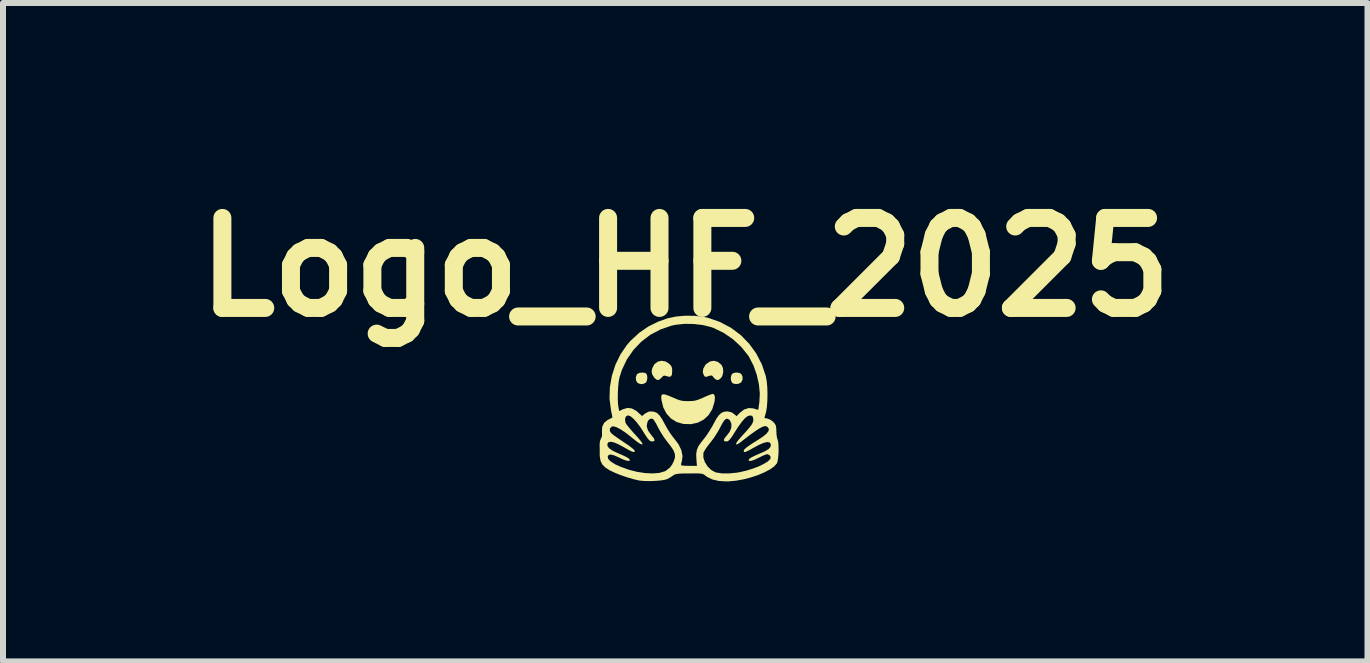
<source format=kicad_pcb>
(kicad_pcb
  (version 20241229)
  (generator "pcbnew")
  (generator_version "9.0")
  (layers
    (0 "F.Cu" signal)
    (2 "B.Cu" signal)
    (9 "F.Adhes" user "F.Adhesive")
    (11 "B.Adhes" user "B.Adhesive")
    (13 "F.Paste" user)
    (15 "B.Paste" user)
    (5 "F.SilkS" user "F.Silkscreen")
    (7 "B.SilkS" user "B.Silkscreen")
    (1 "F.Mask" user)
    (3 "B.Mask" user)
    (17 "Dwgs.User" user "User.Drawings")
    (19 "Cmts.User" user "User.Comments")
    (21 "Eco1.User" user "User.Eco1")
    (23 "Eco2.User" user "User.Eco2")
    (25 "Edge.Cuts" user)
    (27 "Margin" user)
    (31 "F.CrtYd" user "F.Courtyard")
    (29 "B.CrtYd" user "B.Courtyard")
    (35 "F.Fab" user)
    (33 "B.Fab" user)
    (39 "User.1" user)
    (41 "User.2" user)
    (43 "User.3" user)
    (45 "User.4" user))
  (footprint "Logo_HF_2025"
    (layer "F.Cu")
    (at 8.438 3.604)
    (property "Reference" "Logo_HF_2025" (at -0.067 -2.2 0) (layer "F.SilkS") (effects (font (size 1.5 1.5) (thickness 0.3))))
    (attr board_only exclude_from_pos_files exclude_from_bom)
    (fp_poly (pts (xy -0.737 -0.438) (xy -0.717 -0.427) (xy -0.701 -0.392) (xy -0.699 -0.343) (xy -0.71 -0.298) (xy -0.723 -0.277) (xy -0.758 -0.258) (xy -0.795 -0.251) (xy -0.838 -0.26) (xy -0.867 -0.277) (xy -0.888 -0.318) (xy -0.89 -0.369) (xy -0.873 -0.413) (xy -0.867 -0.421) (xy -0.83 -0.439) (xy -0.782 -0.445)) (stroke (width 0) (type solid)) (fill yes) (layer "F.SilkS"))
    (fp_poly (pts (xy 0.842 -0.436) (xy 0.867 -0.421) (xy 0.888 -0.379) (xy 0.889 -0.328) (xy 0.868 -0.284) (xy 0.862 -0.278) (xy 0.821 -0.257) (xy 0.772 -0.253) (xy 0.728 -0.264) (xy 0.713 -0.277) (xy 0.697 -0.311) (xy 0.692 -0.349) (xy 0.699 -0.392) (xy 0.713 -0.421) (xy 0.747 -0.44) (xy 0.795 -0.445)) (stroke (width 0) (type solid)) (fill yes) (layer "F.SilkS"))
    (fp_poly (pts (xy -0.397 -0.63) (xy -0.337 -0.593) (xy -0.302 -0.557) (xy -0.287 -0.52) (xy -0.284 -0.473) (xy -0.288 -0.413) (xy -0.304 -0.381) (xy -0.334 -0.374) (xy -0.373 -0.383) (xy -0.411 -0.394) (xy -0.436 -0.387) (xy -0.462 -0.359) (xy -0.501 -0.324) (xy -0.537 -0.321) (xy -0.575 -0.35) (xy -0.582 -0.358) (xy -0.617 -0.414) (xy -0.627 -0.465) (xy -0.616 -0.519) (xy -0.58 -0.584) (xy -0.527 -0.625) (xy -0.464 -0.641)) (stroke (width 0) (type solid)) (fill yes) (layer "F.SilkS"))
    (fp_poly (pts (xy 0.476 -0.623) (xy 0.535 -0.575) (xy 0.539 -0.57) (xy 0.562 -0.519) (xy 0.567 -0.456) (xy 0.553 -0.393) (xy 0.534 -0.359) (xy 0.494 -0.324) (xy 0.455 -0.321) (xy 0.416 -0.351) (xy 0.408 -0.361) (xy 0.384 -0.39) (xy 0.361 -0.397) (xy 0.324 -0.386) (xy 0.322 -0.385) (xy 0.283 -0.373) (xy 0.261 -0.377) (xy 0.247 -0.392) (xy 0.226 -0.446) (xy 0.233 -0.507) (xy 0.266 -0.567) (xy 0.282 -0.586) (xy 0.345 -0.629) (xy 0.411 -0.641)) (stroke (width 0) (type solid)) (fill yes) (layer "F.SilkS"))
    (fp_poly (pts (xy 0.418 -0.075) (xy 0.428 -0.033) (xy 0.423 0.034) (xy 0.42 0.047) (xy 0.384 0.166) (xy 0.323 0.264) (xy 0.241 0.34) (xy 0.142 0.391) (xy 0.028 0.416) (xy -0.098 0.412) (xy -0.099 0.412) (xy -0.21 0.38) (xy -0.304 0.322) (xy -0.379 0.24) (xy -0.433 0.136) (xy -0.463 0.012) (xy -0.464 0.008) (xy -0.467 -0.041) (xy -0.46 -0.072) (xy -0.437 -0.083) (xy -0.396 -0.077) (xy -0.333 -0.054) (xy -0.279 -0.031) (xy -0.206 0.000384) (xy -0.151 0.019) (xy -0.1 0.029) (xy -0.042 0.032) (xy -0.016 0.032) (xy 0.05 0.03) (xy 0.104 0.022) (xy 0.158 0.005) (xy 0.227 -0.024) (xy 0.237 -0.029) (xy 0.299 -0.056) (xy 0.351 -0.077) (xy 0.386 -0.088) (xy 0.393 -0.089)) (stroke (width 0) (type solid)) (fill yes) (layer "F.SilkS"))
    (fp_poly (pts (xy 0.093 -1.39) (xy 0.244 -1.372) (xy 0.316 -1.356) (xy 0.514 -1.287) (xy 0.695 -1.191) (xy 0.857 -1.07) (xy 0.998 -0.926) (xy 1.117 -0.762) (xy 1.211 -0.579) (xy 1.275 -0.389) (xy 1.291 -0.304) (xy 1.301 -0.199) (xy 1.304 -0.084) (xy 1.302 0.03) (xy 1.294 0.133) (xy 1.28 0.216) (xy 1.278 0.222) (xy 1.253 0.313) (xy 1.305 0.323) (xy 1.35 0.341) (xy 1.396 0.374) (xy 1.404 0.382) (xy 1.431 0.415) (xy 1.445 0.447) (xy 1.451 0.491) (xy 1.452 0.532) (xy 1.455 0.591) (xy 1.462 0.641) (xy 1.47 0.665) (xy 1.481 0.702) (xy 1.487 0.762) (xy 1.489 0.835) (xy 1.487 0.912) (xy 1.481 0.984) (xy 1.471 1.04) (xy 1.462 1.068) (xy 1.417 1.119) (xy 1.346 1.17) (xy 1.253 1.219) (xy 1.144 1.265) (xy 1.023 1.305) (xy 0.898 1.337) (xy 0.771 1.359) (xy 0.65 1.37) (xy 0.615 1.37) (xy 0.49 1.362) (xy 0.382 1.336) (xy 0.297 1.294) (xy 0.275 1.278) (xy 0.253 1.261) (xy 0.233 1.249) (xy 0.206 1.242) (xy 0.168 1.238) (xy 0.112 1.236) (xy 0.031 1.237) (xy -0.002 1.237) (xy -0.093 1.238) (xy -0.158 1.24) (xy -0.203 1.245) (xy -0.233 1.252) (xy -0.256 1.262) (xy -0.272 1.274) (xy -0.319 1.305) (xy -0.371 1.333) (xy -0.373 1.333) (xy -0.421 1.346) (xy -0.492 1.356) (xy -0.577 1.362) (xy -0.667 1.365) (xy -0.753 1.363) (xy -0.826 1.356) (xy -0.838 1.354) (xy -0.928 1.333) (xy -1.032 1.303) (xy -1.139 1.266) (xy -1.237 1.227) (xy -1.316 1.19) (xy -1.322 1.187) (xy -1.4 1.137) (xy -1.451 1.085) (xy -1.48 1.023) (xy -1.492 0.945) (xy -1.492 0.91) (xy -1.492 0.843) (xy -1.493 0.782) (xy -1.493 0.774) (xy -1.365 0.774) (xy -1.338 0.815) (xy -1.278 0.858) (xy -1.188 0.9) (xy -1.098 0.939) (xy -1.037 0.969) (xy -1.002 0.994) (xy -0.989 1.013) (xy -0.989 1.014) (xy -1.002 1.029) (xy -1.04 1.025) (xy -1.1 1.005) (xy -1.17 0.972) (xy -1.249 0.937) (xy -1.306 0.922) (xy -1.342 0.928) (xy -1.359 0.955) (xy -1.359 0.959) (xy -1.349 0.998) (xy -1.306 1.04) (xy -1.232 1.086) (xy -1.141 1.127) (xy -1.005 1.176) (xy -0.867 1.211) (xy -0.733 1.231) (xy -0.608 1.237) (xy -0.498 1.228) (xy -0.409 1.202) (xy -0.394 1.195) (xy -0.324 1.141) (xy -0.286 1.091) (xy -0.253 1.023) (xy -0.237 0.965) (xy -0.24 0.909) (xy -0.264 0.85) (xy -0.31 0.78) (xy -0.365 0.711) (xy -0.418 0.64) (xy -0.472 0.556) (xy -0.517 0.476) (xy -0.521 0.468) (xy -0.552 0.408) (xy -0.581 0.36) (xy -0.603 0.331) (xy -0.609 0.326) (xy -0.65 0.325) (xy -0.684 0.355) (xy -0.697 0.381) (xy -0.709 0.448) (xy -0.689 0.518) (xy -0.637 0.593) (xy -0.628 0.603) (xy -0.589 0.652) (xy -0.578 0.686) (xy -0.594 0.703) (xy -0.634 0.703) (xy -0.659 0.691) (xy -0.688 0.66) (xy -0.726 0.606) (xy -0.754 0.561) (xy -0.816 0.464) (xy -0.876 0.384) (xy -0.932 0.323) (xy -0.981 0.283) (xy -1.02 0.27) (xy -1.024 0.27) (xy -1.057 0.289) (xy -1.07 0.331) (xy -1.064 0.387) (xy -1.05 0.413) (xy -1.018 0.455) (xy -0.973 0.509) (xy -0.92 0.57) (xy -0.917 0.572) (xy -0.851 0.645) (xy -0.807 0.698) (xy -0.783 0.732) (xy -0.779 0.75) (xy -0.788 0.754) (xy -0.819 0.743) (xy -0.871 0.708) (xy -0.945 0.65) (xy -0.976 0.624) (xy -1.062 0.557) (xy -1.141 0.504) (xy -1.209 0.468) (xy -1.261 0.452) (xy -1.293 0.456) (xy -1.323 0.49) (xy -1.323 0.531) (xy -1.303 0.563) (xy -1.279 0.584) (xy -1.233 0.619) (xy -1.172 0.661) (xy -1.103 0.708) (xy -1.091 0.716) (xy -1.023 0.761) (xy -0.967 0.803) (xy -0.927 0.836) (xy -0.909 0.857) (xy -0.908 0.859) (xy -0.912 0.876) (xy -0.925 0.881) (xy -0.953 0.873) (xy -0.999 0.851) (xy -1.067 0.813) (xy -1.086 0.802) (xy -1.183 0.75) (xy -1.257 0.719) (xy -1.311 0.709) (xy -1.347 0.718) (xy -1.361 0.734) (xy -1.365 0.774) (xy -1.493 0.774) (xy -1.493 0.742) (xy -1.487 0.694) (xy -1.47 0.655) (xy -1.454 0.614) (xy -1.454 0.553) (xy -1.455 0.543) (xy -1.451 0.461) (xy -1.42 0.395) (xy -1.362 0.347) (xy -1.342 0.337) (xy -1.304 0.318) (xy -1.283 0.304) (xy -1.281 0.301) (xy -1.284 0.282) (xy -1.293 0.24) (xy -1.304 0.183) (xy -1.305 0.178) (xy -1.328 -0.003) (xy -1.191 -0.003) (xy -1.187 0.084) (xy -1.179 0.14) (xy -1.167 0.198) (xy -1.104 0.167) (xy -1.029 0.145) (xy -0.956 0.154) (xy -0.883 0.194) (xy -0.853 0.22) (xy -0.786 0.281) (xy -0.741 0.242) (xy -0.679 0.208) (xy -0.638 0.203) (xy -0.583 0.209) (xy -0.536 0.23) (xy -0.494 0.271) (xy -0.451 0.335) (xy -0.412 0.407) (xy -0.37 0.483) (xy -0.322 0.56) (xy -0.275 0.625) (xy -0.258 0.646) (xy -0.18 0.749) (xy -0.131 0.85) (xy -0.112 0.946) (xy -0.123 1.036) (xy -0.129 1.052) (xy -0.137 1.085) (xy -0.134 1.101) (xy -0.114 1.106) (xy -0.071 1.109) (xy -0.012 1.111) (xy 0.002 1.111) (xy 0.128 1.111) (xy 0.119 1) (xy 0.118 0.971) (xy 0.235 0.971) (xy 0.26 1.047) (xy 0.304 1.118) (xy 0.363 1.177) (xy 0.432 1.216) (xy 0.448 1.221) (xy 0.544 1.236) (xy 0.66 1.237) (xy 0.787 1.225) (xy 0.842 1.216) (xy 0.952 1.19) (xy 1.06 1.157) (xy 1.16 1.119) (xy 1.245 1.077) (xy 1.311 1.036) (xy 1.35 0.997) (xy 1.352 0.995) (xy 1.357 0.962) (xy 1.338 0.932) (xy 1.304 0.917) (xy 1.298 0.916) (xy 1.271 0.924) (xy 1.224 0.943) (xy 1.169 0.97) (xy 1.163 0.973) (xy 1.09 1.008) (xy 1.035 1.027) (xy 1 1.028) (xy 0.989 1.014) (xy 1 0.995) (xy 1.034 0.971) (xy 1.094 0.941) (xy 1.183 0.902) (xy 1.186 0.901) (xy 1.269 0.864) (xy 1.323 0.83) (xy 1.352 0.797) (xy 1.361 0.761) (xy 1.36 0.751) (xy 1.342 0.721) (xy 1.302 0.713) (xy 1.239 0.728) (xy 1.154 0.765) (xy 1.088 0.801) (xy 1.014 0.842) (xy 0.963 0.868) (xy 0.931 0.88) (xy 0.915 0.879) (xy 0.909 0.868) (xy 0.908 0.86) (xy 0.916 0.841) (xy 0.941 0.815) (xy 0.987 0.78) (xy 1.056 0.734) (xy 1.136 0.684) (xy 1.228 0.624) (xy 1.289 0.573) (xy 1.322 0.53) (xy 1.327 0.494) (xy 1.305 0.464) (xy 1.294 0.456) (xy 1.273 0.449) (xy 1.245 0.451) (xy 1.208 0.466) (xy 1.159 0.493) (xy 1.095 0.536) (xy 1.013 0.595) (xy 0.911 0.673) (xy 0.864 0.71) (xy 0.826 0.737) (xy 0.798 0.752) (xy 0.792 0.754) (xy 0.779 0.748) (xy 0.786 0.727) (xy 0.812 0.689) (xy 0.861 0.632) (xy 0.885 0.606) (xy 0.955 0.529) (xy 1.005 0.47) (xy 1.039 0.426) (xy 1.058 0.391) (xy 1.067 0.362) (xy 1.068 0.333) (xy 1.068 0.33) (xy 1.059 0.291) (xy 1.038 0.274) (xy 1.019 0.271) (xy 0.979 0.279) (xy 0.932 0.313) (xy 0.877 0.375) (xy 0.813 0.464) (xy 0.761 0.546) (xy 0.713 0.622) (xy 0.676 0.671) (xy 0.648 0.697) (xy 0.633 0.703) (xy 0.591 0.702) (xy 0.576 0.684) (xy 0.588 0.651) (xy 0.621 0.611) (xy 0.673 0.544) (xy 0.701 0.475) (xy 0.703 0.411) (xy 0.68 0.356) (xy 0.666 0.341) (xy 0.637 0.325) (xy 0.609 0.33) (xy 0.579 0.359) (xy 0.544 0.416) (xy 0.516 0.471) (xy 0.473 0.548) (xy 0.419 0.633) (xy 0.362 0.711) (xy 0.348 0.727) (xy 0.303 0.785) (xy 0.265 0.84) (xy 0.241 0.883) (xy 0.236 0.898) (xy 0.235 0.971) (xy 0.118 0.971) (xy 0.116 0.917) (xy 0.126 0.849) (xy 0.151 0.787) (xy 0.197 0.72) (xy 0.236 0.672) (xy 0.283 0.61) (xy 0.335 0.532) (xy 0.385 0.45) (xy 0.406 0.41) (xy 0.453 0.324) (xy 0.494 0.266) (xy 0.534 0.229) (xy 0.578 0.209) (xy 0.631 0.203) (xy 0.639 0.203) (xy 0.705 0.218) (xy 0.742 0.243) (xy 0.79 0.282) (xy 0.844 0.226) (xy 0.916 0.171) (xy 0.992 0.147) (xy 1.07 0.153) (xy 1.089 0.16) (xy 1.128 0.172) (xy 1.15 0.175) (xy 1.152 0.173) (xy 1.154 0.153) (xy 1.16 0.109) (xy 1.168 0.052) (xy 1.169 0.049) (xy 1.176 -0.095) (xy 1.161 -0.25) (xy 1.125 -0.408) (xy 1.071 -0.561) (xy 1.001 -0.698) (xy 0.983 -0.727) (xy 0.868 -0.871) (xy 0.729 -1) (xy 0.572 -1.107) (xy 0.404 -1.188) (xy 0.365 -1.202) (xy 0.228 -1.236) (xy 0.076 -1.254) (xy -0.082 -1.256) (xy -0.231 -1.24) (xy -0.293 -1.227) (xy -0.477 -1.164) (xy -0.647 -1.075) (xy -0.798 -0.96) (xy -0.929 -0.823) (xy -1.038 -0.666) (xy -1.121 -0.492) (xy -1.162 -0.365) (xy -1.176 -0.294) (xy -1.185 -0.203) (xy -1.19 -0.102) (xy -1.191 -0.003) (xy -1.328 -0.003) (xy -1.329 -0.008) (xy -1.323 -0.199) (xy -1.29 -0.389) (xy -1.231 -0.573) (xy -1.147 -0.746) (xy -1.04 -0.903) (xy -0.977 -0.975) (xy -0.834 -1.107) (xy -0.682 -1.212) (xy -0.515 -1.294) (xy -0.362 -1.348) (xy -0.222 -1.378) (xy -0.067 -1.392)) (stroke (width 0) (type solid)) (fill yes) (layer "F.SilkS")))
  (gr_rect
    (start -3 -3)
    (end 19.743 7.974)
    (stroke (width 0.1) (type default))
    (fill no)
    (layer "Edge.Cuts")))
</source>
